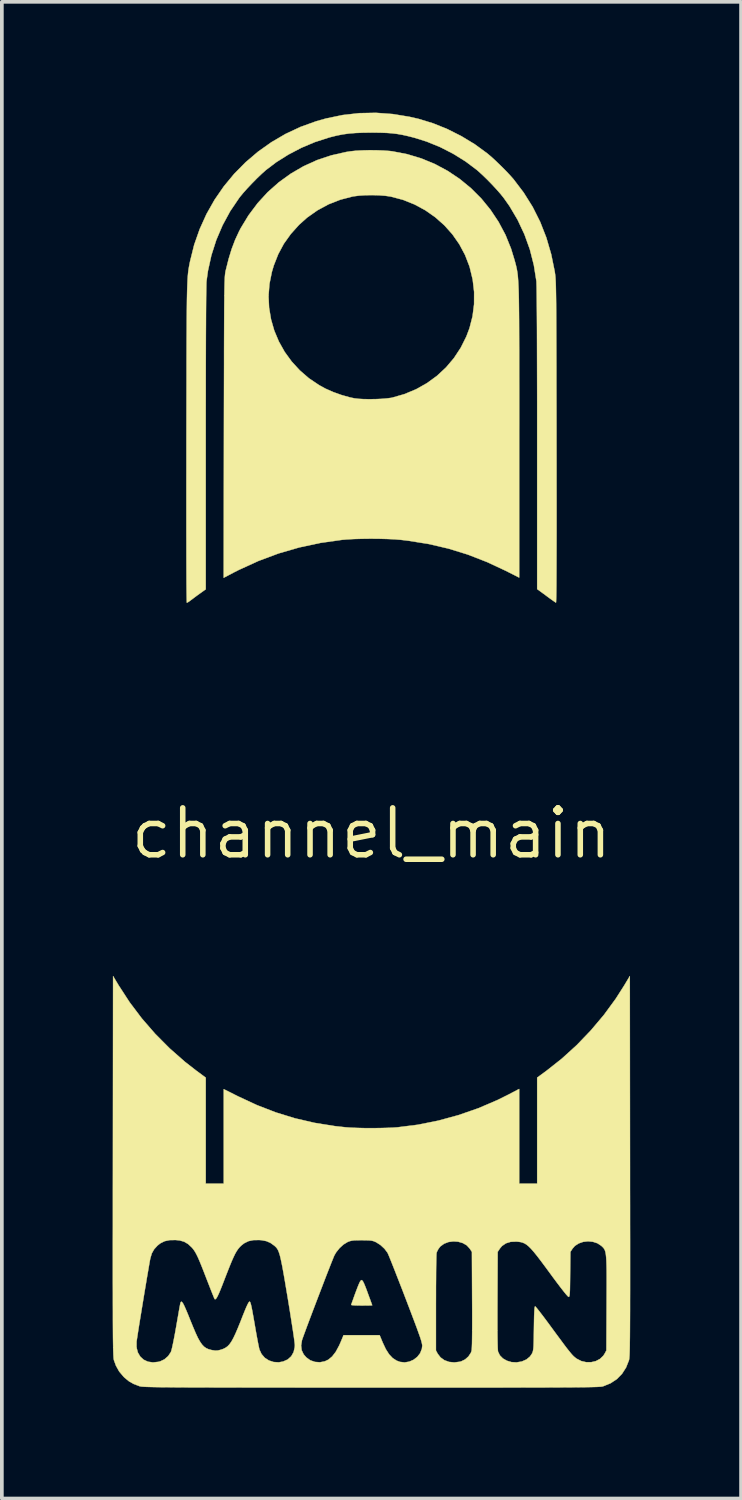
<source format=kicad_pcb>
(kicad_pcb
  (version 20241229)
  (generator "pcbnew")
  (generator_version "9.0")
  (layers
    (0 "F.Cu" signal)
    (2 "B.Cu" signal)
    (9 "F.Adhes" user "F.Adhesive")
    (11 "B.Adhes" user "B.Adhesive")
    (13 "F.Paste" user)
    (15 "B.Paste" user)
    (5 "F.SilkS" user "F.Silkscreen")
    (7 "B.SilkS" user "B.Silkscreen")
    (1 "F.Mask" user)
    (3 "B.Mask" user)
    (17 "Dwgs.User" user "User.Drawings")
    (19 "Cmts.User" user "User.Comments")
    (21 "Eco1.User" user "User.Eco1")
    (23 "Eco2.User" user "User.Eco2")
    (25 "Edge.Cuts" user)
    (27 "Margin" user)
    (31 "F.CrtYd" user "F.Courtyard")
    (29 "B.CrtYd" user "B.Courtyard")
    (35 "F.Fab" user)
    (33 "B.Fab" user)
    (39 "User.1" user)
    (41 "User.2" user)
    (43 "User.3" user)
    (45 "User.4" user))
  (footprint "channel_main"
    (layer "F.Cu")
    (at 7.008 19.515)
    (property "Reference" "channel_main" (at 0 0 0) (layer "F.SilkS") (effects (font (size 1.27 1.27) (thickness 0.15))))
    (attr through_hole)
    (fp_poly (pts (xy -4.44 6.645) (xy -4.391 6.676) (xy -4.319 6.72) (xy -4.234 6.772) (xy -4.186 6.801) (xy -4.002 6.911) (xy -4.001 8.207) (xy -4 9.504) (xy -4.508 9.504) (xy -4.508 6.6) (xy -4.44 6.645)) (stroke (width 0.01) (type solid)) (fill yes) (layer "F.Mask"))
    (fp_poly (pts (xy 4.508 9.504) (xy 4 9.504) (xy 4.001 8.207) (xy 4.002 6.911) (xy 4.186 6.801) (xy 4.273 6.748) (xy 4.354 6.699) (xy 4.417 6.659) (xy 4.44 6.645) (xy 4.508 6.6) (xy 4.508 9.504)) (stroke (width 0.01) (type solid)) (fill yes) (layer "F.Mask"))
    (fp_poly (pts (xy 2.354 11.037) (xy 2.489 11.073) (xy 2.597 11.139) (xy 2.62 11.161) (xy 2.646 11.188) (xy 2.669 11.213) (xy 2.688 11.239) (xy 2.704 11.27) (xy 2.717 11.309) (xy 2.727 11.359) (xy 2.735 11.424) (xy 2.741 11.506) (xy 2.746 11.61) (xy 2.749 11.738) (xy 2.75 11.894) (xy 2.751 12.081) (xy 2.752 12.302) (xy 2.752 12.561) (xy 2.752 12.673) (xy 2.751 12.975) (xy 2.75 13.242) (xy 2.748 13.472) (xy 2.745 13.665) (xy 2.742 13.82) (xy 2.738 13.935) (xy 2.733 14.009) (xy 2.729 14.039) (xy 2.681 14.141) (xy 2.603 14.229) (xy 2.506 14.292) (xy 2.494 14.297) (xy 2.408 14.322) (xy 2.303 14.337) (xy 2.197 14.343) (xy 2.107 14.337) (xy 2.085 14.333) (xy 1.958 14.281) (xy 1.851 14.202) (xy 1.772 14.102) (xy 1.753 14.065) (xy 1.747 14.031) (xy 1.742 13.959) (xy 1.737 13.855) (xy 1.732 13.721) (xy 1.728 13.564) (xy 1.725 13.387) (xy 1.722 13.195) (xy 1.719 12.994) (xy 1.718 12.787) (xy 1.716 12.578) (xy 1.716 12.374) (xy 1.716 12.178) (xy 1.717 11.994) (xy 1.719 11.828) (xy 1.721 11.684) (xy 1.725 11.567) (xy 1.729 11.481) (xy 1.734 11.434) (xy 1.771 11.293) (xy 1.834 11.184) (xy 1.925 11.105) (xy 2.046 11.055) (xy 2.193 11.032) (xy 2.354 11.037)) (stroke (width 0.01) (type solid)) (fill yes) (layer "F.Mask"))
    (fp_poly (pts (xy -0.149 10.997) (xy -0.065 11) (xy -0.003 11.006) (xy 0.047 11.018) (xy 0.096 11.037) (xy 0.13 11.052) (xy 0.272 11.141) (xy 0.393 11.26) (xy 0.475 11.385) (xy 0.495 11.429) (xy 0.527 11.507) (xy 0.571 11.616) (xy 0.624 11.751) (xy 0.684 11.906) (xy 0.751 12.079) (xy 0.822 12.263) (xy 0.895 12.454) (xy 0.969 12.648) (xy 1.041 12.84) (xy 1.111 13.025) (xy 1.176 13.198) (xy 1.235 13.356) (xy 1.285 13.493) (xy 1.326 13.605) (xy 1.355 13.687) (xy 1.37 13.735) (xy 1.37 13.737) (xy 1.389 13.881) (xy 1.369 14.014) (xy 1.313 14.131) (xy 1.224 14.227) (xy 1.106 14.298) (xy 0.999 14.331) (xy 0.856 14.345) (xy 0.726 14.322) (xy 0.607 14.262) (xy 0.499 14.164) (xy 0.399 14.027) (xy 0.307 13.849) (xy 0.283 13.795) (xy 0.205 13.61) (xy -0.268 13.61) (xy -0.423 13.61) (xy -0.54 13.611) (xy -0.625 13.614) (xy -0.684 13.617) (xy -0.721 13.623) (xy -0.742 13.631) (xy -0.753 13.642) (xy -0.755 13.647) (xy -0.793 13.741) (xy -0.843 13.847) (xy -0.898 13.955) (xy -0.954 14.052) (xy -1.003 14.128) (xy -1.027 14.159) (xy -1.144 14.26) (xy -1.274 14.322) (xy -1.414 14.345) (xy -1.559 14.326) (xy -1.605 14.312) (xy -1.736 14.246) (xy -1.833 14.156) (xy -1.895 14.044) (xy -1.921 13.913) (xy -1.91 13.765) (xy -1.892 13.693) (xy -1.877 13.647) (xy -1.848 13.566) (xy -1.807 13.454) (xy -1.756 13.318) (xy -1.698 13.161) (xy -1.633 12.989) (xy -1.564 12.806) (xy -1.548 12.764) (xy -0.527 12.764) (xy -0.274 12.764) (xy -0.16 12.762) (xy -0.084 12.758) (xy -0.04 12.751) (xy -0.023 12.74) (xy -0.023 12.737) (xy -0.031 12.702) (xy -0.052 12.639) (xy -0.081 12.556) (xy -0.117 12.462) (xy -0.154 12.365) (xy -0.191 12.273) (xy -0.224 12.196) (xy -0.249 12.14) (xy -0.264 12.115) (xy -0.265 12.114) (xy -0.281 12.13) (xy -0.307 12.177) (xy -0.337 12.248) (xy -0.358 12.303) (xy -0.395 12.407) (xy -0.434 12.514) (xy -0.468 12.605) (xy -0.478 12.631) (xy -0.527 12.764) (xy -1.548 12.764) (xy -1.492 12.616) (xy -1.419 12.426) (xy -1.347 12.238) (xy -1.278 12.058) (xy -1.214 11.892) (xy -1.156 11.743) (xy -1.106 11.616) (xy -1.066 11.516) (xy -1.039 11.448) (xy -1.028 11.424) (xy -0.94 11.275) (xy -0.829 11.159) (xy -0.69 11.07) (xy -0.682 11.066) (xy -0.622 11.037) (xy -0.573 11.018) (xy -0.524 11.006) (xy -0.464 10.999) (xy -0.384 10.997) (xy -0.272 10.996) (xy -0.265 10.996) (xy -0.149 10.997)) (stroke (width 0.01) (type solid)) (fill yes) (layer "F.Mask"))
    (fp_poly (pts (xy 6.022 11.043) (xy 6.153 11.088) (xy 6.257 11.165) (xy 6.329 11.261) (xy 6.382 11.356) (xy 6.388 12.613) (xy 6.389 12.92) (xy 6.389 13.186) (xy 6.388 13.413) (xy 6.387 13.6) (xy 6.384 13.75) (xy 6.38 13.863) (xy 6.376 13.942) (xy 6.37 13.985) (xy 6.325 14.108) (xy 6.248 14.208) (xy 6.144 14.283) (xy 6.021 14.33) (xy 5.883 14.346) (xy 5.736 14.329) (xy 5.705 14.32) (xy 5.653 14.302) (xy 5.602 14.278) (xy 5.55 14.243) (xy 5.494 14.196) (xy 5.431 14.133) (xy 5.358 14.05) (xy 5.273 13.946) (xy 5.172 13.817) (xy 5.053 13.659) (xy 4.913 13.47) (xy 4.896 13.449) (xy 4.791 13.307) (xy 4.693 13.176) (xy 4.606 13.061) (xy 4.532 12.964) (xy 4.475 12.891) (xy 4.436 12.844) (xy 4.42 12.827) (xy 4.42 12.827) (xy 4.415 12.847) (xy 4.411 12.905) (xy 4.408 12.993) (xy 4.405 13.109) (xy 4.403 13.245) (xy 4.403 13.396) (xy 4.403 13.421) (xy 4.402 13.596) (xy 4.402 13.735) (xy 4.4 13.842) (xy 4.397 13.922) (xy 4.392 13.982) (xy 4.386 14.025) (xy 4.377 14.058) (xy 4.366 14.085) (xy 4.361 14.095) (xy 4.285 14.2) (xy 4.18 14.278) (xy 4.054 14.328) (xy 3.911 14.347) (xy 3.759 14.332) (xy 3.741 14.328) (xy 3.608 14.281) (xy 3.508 14.208) (xy 3.435 14.106) (xy 3.419 14.071) (xy 3.413 14.05) (xy 3.407 14.021) (xy 3.402 13.98) (xy 3.398 13.924) (xy 3.394 13.85) (xy 3.392 13.755) (xy 3.39 13.635) (xy 3.388 13.488) (xy 3.388 13.309) (xy 3.387 13.097) (xy 3.387 12.847) (xy 3.387 12.689) (xy 3.387 12.413) (xy 3.387 12.176) (xy 3.387 11.974) (xy 3.389 11.805) (xy 3.391 11.665) (xy 3.395 11.55) (xy 3.4 11.459) (xy 3.407 11.387) (xy 3.417 11.33) (xy 3.428 11.287) (xy 3.443 11.253) (xy 3.46 11.225) (xy 3.481 11.2) (xy 3.505 11.174) (xy 3.518 11.161) (xy 3.618 11.088) (xy 3.744 11.044) (xy 3.892 11.031) (xy 3.935 11.033) (xy 4.06 11.051) (xy 4.165 11.091) (xy 4.263 11.158) (xy 4.314 11.205) (xy 4.348 11.242) (xy 4.403 11.309) (xy 4.476 11.401) (xy 4.563 11.514) (xy 4.662 11.642) (xy 4.767 11.782) (xy 4.863 11.912) (xy 4.968 12.053) (xy 5.066 12.183) (xy 5.153 12.298) (xy 5.226 12.394) (xy 5.284 12.468) (xy 5.322 12.514) (xy 5.338 12.531) (xy 5.343 12.51) (xy 5.347 12.453) (xy 5.35 12.365) (xy 5.353 12.251) (xy 5.355 12.117) (xy 5.355 11.975) (xy 5.356 11.805) (xy 5.359 11.653) (xy 5.363 11.524) (xy 5.368 11.424) (xy 5.374 11.358) (xy 5.378 11.339) (xy 5.43 11.228) (xy 5.514 11.138) (xy 5.627 11.073) (xy 5.761 11.035) (xy 5.862 11.028) (xy 6.022 11.043)) (stroke (width 0.01) (type solid)) (fill yes) (layer "F.Mask"))
    (fp_poly (pts (xy 0.217 -18.997) (xy 0.418 -18.988) (xy 0.596 -18.973) (xy 0.706 -18.958) (xy 1.134 -18.866) (xy 1.544 -18.737) (xy 1.936 -18.572) (xy 2.307 -18.374) (xy 2.655 -18.145) (xy 2.979 -17.886) (xy 3.276 -17.599) (xy 3.546 -17.287) (xy 3.787 -16.95) (xy 3.996 -16.592) (xy 4.172 -16.213) (xy 4.312 -15.817) (xy 4.417 -15.404) (xy 4.482 -14.976) (xy 4.487 -14.922) (xy 4.491 -14.869) (xy 4.493 -14.78) (xy 4.496 -14.654) (xy 4.498 -14.491) (xy 4.5 -14.291) (xy 4.502 -14.052) (xy 4.503 -13.775) (xy 4.504 -13.459) (xy 4.505 -13.104) (xy 4.505 -12.709) (xy 4.505 -12.273) (xy 4.505 -11.797) (xy 4.505 -11.279) (xy 4.504 -10.72) (xy 4.504 -10.644) (xy 4.498 -6.608) (xy 4.004 -6.911) (xy 3.995 -10.901) (xy 3.994 -11.388) (xy 3.993 -11.834) (xy 3.992 -12.242) (xy 3.991 -12.613) (xy 3.989 -12.95) (xy 3.988 -13.253) (xy 3.987 -13.525) (xy 3.986 -13.767) (xy 3.984 -13.982) (xy 3.983 -14.171) (xy 3.981 -14.337) (xy 3.979 -14.48) (xy 3.977 -14.603) (xy 3.975 -14.708) (xy 3.972 -14.796) (xy 3.97 -14.87) (xy 3.967 -14.931) (xy 3.964 -14.981) (xy 3.96 -15.022) (xy 3.956 -15.056) (xy 3.952 -15.085) (xy 3.951 -15.091) (xy 3.859 -15.51) (xy 3.733 -15.903) (xy 3.572 -16.272) (xy 3.377 -16.619) (xy 3.146 -16.946) (xy 2.877 -17.253) (xy 2.816 -17.316) (xy 2.508 -17.596) (xy 2.18 -17.838) (xy 1.833 -18.043) (xy 1.467 -18.21) (xy 1.081 -18.339) (xy 0.676 -18.431) (xy 0.564 -18.449) (xy 0.414 -18.466) (xy 0.235 -18.476) (xy 0.04 -18.48) (xy -0.157 -18.479) (xy -0.344 -18.471) (xy -0.508 -18.456) (xy -0.564 -18.449) (xy -0.974 -18.367) (xy -1.366 -18.246) (xy -1.739 -18.088) (xy -2.093 -17.894) (xy -2.425 -17.664) (xy -2.734 -17.399) (xy -3.018 -17.101) (xy -3.277 -16.77) (xy -3.339 -16.679) (xy -3.499 -16.412) (xy -3.644 -16.117) (xy -3.766 -15.808) (xy -3.852 -15.531) (xy -3.868 -15.472) (xy -3.882 -15.419) (xy -3.896 -15.37) (xy -3.908 -15.322) (xy -3.919 -15.275) (xy -3.929 -15.225) (xy -3.938 -15.171) (xy -3.946 -15.111) (xy -3.953 -15.043) (xy -3.959 -14.965) (xy -3.965 -14.876) (xy -3.969 -14.773) (xy -3.973 -14.654) (xy -3.977 -14.518) (xy -3.98 -14.362) (xy -3.983 -14.185) (xy -3.985 -13.984) (xy -3.986 -13.758) (xy -3.988 -13.505) (xy -3.989 -13.223) (xy -3.99 -12.91) (xy -3.991 -12.563) (xy -3.992 -12.182) (xy -3.993 -11.764) (xy -3.994 -11.307) (xy -3.995 -10.901) (xy -4.003 -6.911) (xy -4.187 -6.8) (xy -4.274 -6.747) (xy -4.354 -6.698) (xy -4.417 -6.658) (xy -4.44 -6.644) (xy -4.508 -6.6) (xy -4.508 -10.664) (xy -4.508 -11.229) (xy -4.508 -11.756) (xy -4.507 -12.243) (xy -4.507 -12.692) (xy -4.506 -13.101) (xy -4.504 -13.47) (xy -4.503 -13.799) (xy -4.501 -14.087) (xy -4.499 -14.335) (xy -4.497 -14.542) (xy -4.494 -14.708) (xy -4.491 -14.832) (xy -4.489 -14.914) (xy -4.486 -14.947) (xy -4.422 -15.377) (xy -4.318 -15.795) (xy -4.177 -16.198) (xy -3.998 -16.585) (xy -3.785 -16.952) (xy -3.537 -17.298) (xy -3.258 -17.619) (xy -2.947 -17.914) (xy -2.608 -18.179) (xy -2.499 -18.254) (xy -2.14 -18.47) (xy -1.77 -18.649) (xy -1.383 -18.793) (xy -0.974 -18.904) (xy -0.751 -18.949) (xy -0.598 -18.97) (xy -0.414 -18.986) (xy -0.21 -18.996) (xy 0.004 -18.999) (xy 0.217 -18.997)) (stroke (width 0.01) (type solid)) (fill yes) (layer "F.Mask"))
    (fp_poly (pts (xy -2.922 10.999) (xy -2.853 11.015) (xy -2.732 11.069) (xy -2.619 11.153) (xy -2.527 11.258) (xy -2.48 11.342) (xy -2.468 11.382) (xy -2.451 11.459) (xy -2.428 11.568) (xy -2.402 11.705) (xy -2.372 11.865) (xy -2.34 12.042) (xy -2.306 12.232) (xy -2.271 12.431) (xy -2.236 12.633) (xy -2.203 12.834) (xy -2.17 13.028) (xy -2.141 13.212) (xy -2.114 13.38) (xy -2.092 13.528) (xy -2.075 13.65) (xy -2.064 13.743) (xy -2.06 13.781) (xy -2.058 13.922) (xy -2.079 14.036) (xy -2.124 14.135) (xy -2.152 14.177) (xy -2.237 14.256) (xy -2.346 14.311) (xy -2.472 14.34) (xy -2.604 14.342) (xy -2.734 14.316) (xy -2.851 14.262) (xy -2.872 14.248) (xy -2.917 14.212) (xy -2.955 14.173) (xy -2.988 14.126) (xy -3.017 14.066) (xy -3.044 13.988) (xy -3.071 13.889) (xy -3.099 13.762) (xy -3.129 13.605) (xy -3.164 13.411) (xy -3.173 13.356) (xy -3.2 13.199) (xy -3.225 13.055) (xy -3.246 12.93) (xy -3.263 12.828) (xy -3.275 12.757) (xy -3.28 12.72) (xy -3.281 12.716) (xy -3.297 12.7) (xy -3.3 12.7) (xy -3.313 12.719) (xy -3.338 12.772) (xy -3.374 12.854) (xy -3.418 12.958) (xy -3.468 13.081) (xy -3.504 13.171) (xy -3.558 13.308) (xy -3.61 13.436) (xy -3.656 13.548) (xy -3.694 13.637) (xy -3.722 13.697) (xy -3.731 13.716) (xy -3.829 13.849) (xy -3.944 13.946) (xy -4.075 14.005) (xy -4.217 14.024) (xy -4.337 14.011) (xy -4.415 13.99) (xy -4.482 13.962) (xy -4.542 13.923) (xy -4.598 13.867) (xy -4.652 13.792) (xy -4.708 13.693) (xy -4.769 13.565) (xy -4.838 13.406) (xy -4.91 13.227) (xy -4.966 13.089) (xy -5.017 12.966) (xy -5.062 12.861) (xy -5.098 12.781) (xy -5.122 12.73) (xy -5.133 12.714) (xy -5.142 12.733) (xy -5.156 12.789) (xy -5.176 12.876) (xy -5.199 12.99) (xy -5.224 13.126) (xy -5.252 13.278) (xy -5.262 13.335) (xy -5.292 13.505) (xy -5.322 13.662) (xy -5.35 13.802) (xy -5.375 13.917) (xy -5.395 14.002) (xy -5.411 14.052) (xy -5.412 14.055) (xy -5.484 14.168) (xy -5.584 14.255) (xy -5.706 14.315) (xy -5.843 14.345) (xy -5.985 14.34) (xy -6.068 14.321) (xy -6.192 14.264) (xy -6.284 14.183) (xy -6.345 14.075) (xy -6.375 13.938) (xy -6.379 13.843) (xy -6.374 13.781) (xy -6.364 13.685) (xy -6.347 13.558) (xy -6.325 13.406) (xy -6.3 13.235) (xy -6.27 13.047) (xy -6.239 12.849) (xy -6.205 12.646) (xy -6.171 12.441) (xy -6.136 12.241) (xy -6.102 12.049) (xy -6.07 11.871) (xy -6.04 11.711) (xy -6.013 11.575) (xy -5.989 11.466) (xy -5.971 11.391) (xy -5.96 11.356) (xy -5.892 11.233) (xy -5.809 11.14) (xy -5.7 11.064) (xy -5.69 11.059) (xy -5.636 11.03) (xy -5.588 11.012) (xy -5.536 11.002) (xy -5.466 10.997) (xy -5.366 10.996) (xy -5.355 10.996) (xy -5.253 10.997) (xy -5.181 11.001) (xy -5.127 11.011) (xy -5.079 11.028) (xy -5.025 11.056) (xy -5.018 11.06) (xy -4.907 11.14) (xy -4.803 11.251) (xy -4.718 11.378) (xy -4.692 11.43) (xy -4.673 11.475) (xy -4.641 11.554) (xy -4.599 11.659) (xy -4.55 11.785) (xy -4.496 11.924) (xy -4.446 12.053) (xy -4.391 12.193) (xy -4.34 12.32) (xy -4.296 12.428) (xy -4.26 12.512) (xy -4.234 12.567) (xy -4.221 12.588) (xy -4.208 12.571) (xy -4.183 12.519) (xy -4.147 12.437) (xy -4.102 12.331) (xy -4.052 12.205) (xy -3.997 12.064) (xy -3.991 12.049) (xy -3.933 11.899) (xy -3.877 11.755) (xy -3.824 11.625) (xy -3.778 11.514) (xy -3.742 11.43) (xy -3.719 11.381) (xy -3.627 11.239) (xy -3.516 11.123) (xy -3.403 11.046) (xy -3.306 11.012) (xy -3.183 10.992) (xy -3.05 10.987) (xy -2.922 10.999)) (stroke (width 0.01) (type solid)) (fill yes) (layer "F.Mask"))
    (fp_poly (pts (xy -0.25 12.105) (xy -0.229 12.133) (xy -0.203 12.184) (xy -0.169 12.265) (xy -0.125 12.379) (xy -0.105 12.435) (xy -0.064 12.547) (xy -0.028 12.644) (xy -0.001 12.719) (xy 0.016 12.766) (xy 0.021 12.779) (xy 0.001 12.781) (xy -0.053 12.783) (xy -0.135 12.784) (xy -0.235 12.785) (xy -0.265 12.785) (xy -0.369 12.784) (xy -0.456 12.781) (xy -0.518 12.776) (xy -0.548 12.77) (xy -0.549 12.769) (xy -0.542 12.745) (xy -0.522 12.688) (xy -0.492 12.605) (xy -0.456 12.503) (xy -0.427 12.425) (xy -0.379 12.298) (xy -0.342 12.207) (xy -0.314 12.146) (xy -0.291 12.111) (xy -0.273 12.097) (xy -0.268 12.097) (xy -0.25 12.105)) (stroke (width 0.01) (type solid)) (fill yes) (layer "F.SilkS"))
    (fp_poly (pts (xy 0.142 -18.496) (xy 0.327 -18.489) (xy 0.491 -18.477) (xy 0.565 -18.468) (xy 0.965 -18.391) (xy 1.35 -18.275) (xy 1.718 -18.123) (xy 2.066 -17.936) (xy 2.393 -17.717) (xy 2.697 -17.467) (xy 2.974 -17.19) (xy 3.223 -16.885) (xy 3.442 -16.556) (xy 3.629 -16.205) (xy 3.78 -15.832) (xy 3.871 -15.534) (xy 3.887 -15.477) (xy 3.901 -15.424) (xy 3.914 -15.375) (xy 3.925 -15.326) (xy 3.936 -15.276) (xy 3.945 -15.224) (xy 3.954 -15.166) (xy 3.962 -15.102) (xy 3.968 -15.029) (xy 3.974 -14.945) (xy 3.979 -14.849) (xy 3.984 -14.738) (xy 3.988 -14.611) (xy 3.991 -14.465) (xy 3.993 -14.299) (xy 3.995 -14.111) (xy 3.997 -13.899) (xy 3.998 -13.661) (xy 3.999 -13.395) (xy 4 -13.098) (xy 4 -12.77) (xy 4 -12.408) (xy 4.001 -12.011) (xy 4.001 -11.576) (xy 4.001 -11.101) (xy 4 -10.884) (xy 4 -6.925) (xy 3.634 -7.111) (xy 3.12 -7.35) (xy 2.606 -7.55) (xy 2.084 -7.711) (xy 1.55 -7.835) (xy 0.996 -7.924) (xy 0.794 -7.948) (xy 0.625 -7.962) (xy 0.425 -7.971) (xy 0.205 -7.977) (xy -0.025 -7.979) (xy -0.253 -7.976) (xy -0.47 -7.97) (xy -0.664 -7.959) (xy -0.794 -7.948) (xy -1.381 -7.865) (xy -1.955 -7.742) (xy -2.514 -7.58) (xy -3.058 -7.377) (xy -3.588 -7.135) (xy -3.721 -7.068) (xy -4.001 -6.92) (xy -3.995 -10.99) (xy -3.994 -11.478) (xy -3.993 -11.925) (xy -3.992 -12.333) (xy -3.991 -12.705) (xy -3.991 -13.042) (xy -3.99 -13.345) (xy -3.989 -13.618) (xy -3.988 -13.861) (xy -3.987 -14.076) (xy -3.986 -14.266) (xy -3.984 -14.432) (xy -3.983 -14.554) (xy -2.787 -14.554) (xy -2.772 -14.233) (xy -2.719 -13.917) (xy -2.631 -13.611) (xy -2.507 -13.317) (xy -2.35 -13.037) (xy -2.161 -12.777) (xy -1.942 -12.538) (xy -1.694 -12.323) (xy -1.418 -12.137) (xy -1.249 -12.044) (xy -1.037 -11.95) (xy -0.808 -11.868) (xy -0.58 -11.804) (xy -0.458 -11.779) (xy -0.349 -11.766) (xy -0.21 -11.758) (xy -0.053 -11.756) (xy 0.111 -11.758) (xy 0.271 -11.765) (xy 0.414 -11.777) (xy 0.531 -11.792) (xy 0.561 -11.798) (xy 0.895 -11.894) (xy 1.211 -12.026) (xy 1.505 -12.192) (xy 1.775 -12.389) (xy 2.019 -12.616) (xy 2.234 -12.87) (xy 2.418 -13.15) (xy 2.569 -13.452) (xy 2.655 -13.68) (xy 2.737 -14) (xy 2.779 -14.328) (xy 2.78 -14.661) (xy 2.741 -14.995) (xy 2.661 -15.327) (xy 2.653 -15.354) (xy 2.534 -15.662) (xy 2.379 -15.952) (xy 2.191 -16.221) (xy 1.973 -16.465) (xy 1.726 -16.684) (xy 1.456 -16.873) (xy 1.163 -17.031) (xy 0.852 -17.155) (xy 0.524 -17.242) (xy 0.512 -17.244) (xy 0.373 -17.264) (xy 0.205 -17.277) (xy 0.021 -17.282) (xy -0.163 -17.279) (xy -0.336 -17.268) (xy -0.483 -17.249) (xy -0.512 -17.244) (xy -0.846 -17.157) (xy -1.164 -17.032) (xy -1.463 -16.87) (xy -1.74 -16.675) (xy -1.959 -16.479) (xy -2.184 -16.229) (xy -2.372 -15.966) (xy -2.524 -15.683) (xy -2.645 -15.376) (xy -2.697 -15.2) (xy -2.762 -14.877) (xy -2.787 -14.554) (xy -3.983 -14.554) (xy -3.983 -14.576) (xy -3.981 -14.699) (xy -3.979 -14.805) (xy -3.977 -14.893) (xy -3.974 -14.968) (xy -3.972 -15.029) (xy -3.969 -15.079) (xy -3.965 -15.121) (xy -3.961 -15.155) (xy -3.957 -15.184) (xy -3.953 -15.209) (xy -3.948 -15.233) (xy -3.943 -15.253) (xy -3.867 -15.555) (xy -3.785 -15.823) (xy -3.693 -16.066) (xy -3.588 -16.293) (xy -3.542 -16.383) (xy -3.327 -16.737) (xy -3.082 -17.064) (xy -2.809 -17.362) (xy -2.508 -17.629) (xy -2.184 -17.863) (xy -1.838 -18.064) (xy -1.472 -18.23) (xy -1.088 -18.358) (xy -0.689 -18.449) (xy -0.565 -18.468) (xy -0.419 -18.484) (xy -0.244 -18.493) (xy -0.053 -18.498) (xy 0.142 -18.496)) (stroke (width 0.01) (type solid)) (fill yes) (layer "F.SilkS"))
    (fp_poly (pts (xy 0.575 -19.477) (xy 1.032 -19.402) (xy 1.28 -19.345) (xy 1.668 -19.226) (xy 2.055 -19.07) (xy 2.434 -18.879) (xy 2.797 -18.659) (xy 3.135 -18.412) (xy 3.143 -18.405) (xy 3.244 -18.32) (xy 3.362 -18.212) (xy 3.489 -18.089) (xy 3.616 -17.963) (xy 3.732 -17.841) (xy 3.828 -17.734) (xy 3.848 -17.711) (xy 4.124 -17.347) (xy 4.365 -16.962) (xy 4.569 -16.556) (xy 4.736 -16.129) (xy 4.867 -15.68) (xy 4.959 -15.23) (xy 4.965 -15.198) (xy 4.969 -15.166) (xy 4.974 -15.133) (xy 4.978 -15.097) (xy 4.982 -15.057) (xy 4.985 -15.009) (xy 4.988 -14.954) (xy 4.991 -14.888) (xy 4.993 -14.81) (xy 4.995 -14.718) (xy 4.997 -14.611) (xy 4.999 -14.486) (xy 5.001 -14.342) (xy 5.002 -14.177) (xy 5.003 -13.988) (xy 5.004 -13.776) (xy 5.005 -13.536) (xy 5.006 -13.268) (xy 5.007 -12.971) (xy 5.008 -12.641) (xy 5.008 -12.277) (xy 5.009 -11.878) (xy 5.01 -11.441) (xy 5.011 -10.965) (xy 5.011 -10.597) (xy 5.012 -10.024) (xy 5.012 -9.493) (xy 5.013 -9.003) (xy 5.013 -8.554) (xy 5.013 -8.147) (xy 5.012 -7.78) (xy 5.011 -7.453) (xy 5.01 -7.167) (xy 5.009 -6.919) (xy 5.008 -6.711) (xy 5.006 -6.542) (xy 5.004 -6.412) (xy 5.001 -6.319) (xy 4.999 -6.265) (xy 4.996 -6.247) (xy 4.972 -6.262) (xy 4.921 -6.297) (xy 4.849 -6.348) (xy 4.764 -6.41) (xy 4.731 -6.435) (xy 4.487 -6.614) (xy 4.487 -10.689) (xy 4.487 -11.211) (xy 4.487 -11.704) (xy 4.486 -12.165) (xy 4.485 -12.595) (xy 4.484 -12.992) (xy 4.483 -13.356) (xy 4.482 -13.685) (xy 4.48 -13.978) (xy 4.478 -14.235) (xy 4.476 -14.455) (xy 4.474 -14.637) (xy 4.472 -14.779) (xy 4.469 -14.881) (xy 4.467 -14.942) (xy 4.466 -14.954) (xy 4.397 -15.388) (xy 4.289 -15.812) (xy 4.142 -16.22) (xy 3.958 -16.612) (xy 3.738 -16.984) (xy 3.583 -17.204) (xy 3.495 -17.314) (xy 3.383 -17.441) (xy 3.257 -17.577) (xy 3.125 -17.712) (xy 2.996 -17.836) (xy 2.879 -17.942) (xy 2.856 -17.962) (xy 2.549 -18.193) (xy 2.214 -18.401) (xy 1.859 -18.583) (xy 1.494 -18.732) (xy 1.155 -18.838) (xy 0.985 -18.881) (xy 0.837 -18.914) (xy 0.7 -18.938) (xy 0.563 -18.955) (xy 0.418 -18.966) (xy 0.254 -18.972) (xy 0.06 -18.975) (xy 0 -18.975) (xy -0.231 -18.972) (xy -0.43 -18.964) (xy -0.607 -18.95) (xy -0.773 -18.927) (xy -0.937 -18.895) (xy -1.109 -18.852) (xy -1.164 -18.837) (xy -1.534 -18.717) (xy -1.899 -18.563) (xy -2.25 -18.379) (xy -2.579 -18.172) (xy -2.856 -17.962) (xy -2.968 -17.862) (xy -3.095 -17.741) (xy -3.227 -17.607) (xy -3.356 -17.471) (xy -3.472 -17.341) (xy -3.566 -17.227) (xy -3.583 -17.204) (xy -3.825 -16.847) (xy -4.031 -16.467) (xy -4.201 -16.069) (xy -4.334 -15.654) (xy -4.428 -15.227) (xy -4.466 -14.954) (xy -4.469 -14.908) (xy -4.471 -14.821) (xy -4.473 -14.693) (xy -4.476 -14.525) (xy -4.478 -14.319) (xy -4.48 -14.075) (xy -4.481 -13.795) (xy -4.483 -13.478) (xy -4.484 -13.127) (xy -4.485 -12.742) (xy -4.486 -12.324) (xy -4.486 -11.873) (xy -4.487 -11.392) (xy -4.487 -10.88) (xy -4.487 -10.686) (xy -4.487 -6.608) (xy -4.63 -6.506) (xy -4.715 -6.445) (xy -4.801 -6.381) (xy -4.872 -6.327) (xy -4.876 -6.325) (xy -4.933 -6.282) (xy -4.978 -6.253) (xy -4.998 -6.244) (xy -5 -6.265) (xy -5.002 -6.328) (xy -5.004 -6.43) (xy -5.006 -6.572) (xy -5.008 -6.753) (xy -5.009 -6.971) (xy -5.01 -7.225) (xy -5.011 -7.515) (xy -5.011 -7.839) (xy -5.012 -8.197) (xy -5.012 -8.587) (xy -5.012 -9.009) (xy -5.012 -9.461) (xy -5.011 -9.943) (xy -5.011 -10.453) (xy -5.011 -10.599) (xy -5.01 -11.109) (xy -5.009 -11.577) (xy -5.008 -12.008) (xy -5.007 -12.401) (xy -5.007 -12.76) (xy -5.006 -13.085) (xy -5.005 -13.38) (xy -5.003 -13.644) (xy -5.002 -13.882) (xy -5 -14.094) (xy -4.998 -14.282) (xy -4.996 -14.448) (xy -4.993 -14.594) (xy -4.99 -14.721) (xy -4.986 -14.833) (xy -4.982 -14.93) (xy -4.978 -15.014) (xy -4.973 -15.087) (xy -4.967 -15.151) (xy -4.961 -15.209) (xy -4.954 -15.261) (xy -4.946 -15.309) (xy -4.938 -15.356) (xy -4.929 -15.404) (xy -4.919 -15.453) (xy -4.91 -15.496) (xy -4.8 -15.937) (xy -4.651 -16.361) (xy -4.467 -16.768) (xy -4.249 -17.154) (xy -3.998 -17.518) (xy -3.717 -17.858) (xy -3.407 -18.172) (xy -3.071 -18.458) (xy -2.71 -18.714) (xy -2.327 -18.938) (xy -1.922 -19.128) (xy -1.498 -19.281) (xy -1.229 -19.357) (xy -0.779 -19.45) (xy -0.329 -19.501) (xy 0.122 -19.51) (xy 0.575 -19.477)) (stroke (width 0.01) (type solid)) (fill yes) (layer "F.SilkS"))
    (fp_poly (pts (xy 7.001 9.007) (xy 7.001 9.562) (xy 7.002 10.075) (xy 7.002 10.55) (xy 7.003 10.987) (xy 7.003 11.388) (xy 7.003 11.755) (xy 7.003 12.088) (xy 7.003 12.391) (xy 7.002 12.664) (xy 7.002 12.908) (xy 7.001 13.126) (xy 7 13.319) (xy 6.999 13.489) (xy 6.998 13.637) (xy 6.996 13.764) (xy 6.995 13.873) (xy 6.993 13.965) (xy 6.991 14.041) (xy 6.989 14.104) (xy 6.986 14.154) (xy 6.983 14.193) (xy 6.98 14.223) (xy 6.977 14.246) (xy 6.973 14.262) (xy 6.973 14.265) (xy 6.894 14.464) (xy 6.784 14.635) (xy 6.644 14.778) (xy 6.474 14.89) (xy 6.277 14.97) (xy 6.267 14.973) (xy 6.253 14.977) (xy 6.233 14.98) (xy 6.206 14.983) (xy 6.171 14.985) (xy 6.126 14.988) (xy 6.07 14.99) (xy 6.001 14.992) (xy 5.918 14.994) (xy 5.819 14.996) (xy 5.703 14.997) (xy 5.569 14.999) (xy 5.414 15) (xy 5.238 15.001) (xy 5.04 15.002) (xy 4.817 15.003) (xy 4.569 15.004) (xy 4.293 15.004) (xy 3.989 15.005) (xy 3.655 15.005) (xy 3.289 15.006) (xy 2.89 15.006) (xy 2.458 15.006) (xy 1.989 15.006) (xy 1.484 15.006) (xy 0.939 15.006) (xy 0.355 15.006) (xy -0.009 15.006) (xy -0.615 15.006) (xy -1.18 15.006) (xy -1.705 15.006) (xy -2.193 15.005) (xy -2.644 15.005) (xy -3.06 15.005) (xy -3.442 15.005) (xy -3.792 15.004) (xy -4.112 15.004) (xy -4.402 15.003) (xy -4.665 15.002) (xy -4.901 15.002) (xy -5.112 15.001) (xy -5.3 15) (xy -5.466 14.998) (xy -5.612 14.997) (xy -5.738 14.996) (xy -5.847 14.994) (xy -5.939 14.992) (xy -6.017 14.99) (xy -6.082 14.988) (xy -6.135 14.986) (xy -6.178 14.983) (xy -6.211 14.981) (xy -6.238 14.978) (xy -6.258 14.974) (xy -6.274 14.971) (xy -6.287 14.967) (xy -6.438 14.909) (xy -6.564 14.838) (xy -6.678 14.745) (xy -6.712 14.712) (xy -6.831 14.571) (xy -6.919 14.413) (xy -6.973 14.265) (xy -6.976 14.25) (xy -6.98 14.229) (xy -6.983 14.201) (xy -6.985 14.164) (xy -6.988 14.116) (xy -6.99 14.057) (xy -6.993 13.984) (xy -6.994 13.921) (xy -6.361 13.921) (xy -6.326 14.056) (xy -6.261 14.167) (xy -6.169 14.252) (xy -6.053 14.306) (xy -5.918 14.326) (xy -5.769 14.31) (xy -5.722 14.298) (xy -5.606 14.243) (xy -5.505 14.155) (xy -5.431 14.045) (xy -5.43 14.042) (xy -5.416 14) (xy -5.397 13.923) (xy -5.374 13.817) (xy -5.348 13.687) (xy -5.32 13.541) (xy -5.292 13.384) (xy -5.289 13.368) (xy -5.262 13.212) (xy -5.237 13.069) (xy -5.215 12.943) (xy -5.197 12.84) (xy -5.183 12.767) (xy -5.176 12.729) (xy -5.175 12.726) (xy -5.163 12.692) (xy -5.148 12.68) (xy -5.128 12.692) (xy -5.1 12.731) (xy -5.065 12.8) (xy -5.02 12.902) (xy -4.963 13.038) (xy -4.91 13.171) (xy -4.829 13.369) (xy -4.76 13.531) (xy -4.699 13.662) (xy -4.642 13.763) (xy -4.588 13.841) (xy -4.533 13.899) (xy -4.474 13.94) (xy -4.409 13.969) (xy -4.335 13.989) (xy -4.314 13.993) (xy -4.229 14.006) (xy -4.157 14.002) (xy -4.083 13.984) (xy -4.013 13.96) (xy -3.951 13.929) (xy -3.895 13.889) (xy -3.843 13.834) (xy -3.791 13.76) (xy -3.738 13.664) (xy -3.68 13.542) (xy -3.615 13.39) (xy -3.539 13.203) (xy -3.502 13.107) (xy -3.44 12.952) (xy -3.391 12.834) (xy -3.353 12.752) (xy -3.325 12.701) (xy -3.305 12.68) (xy -3.301 12.679) (xy -3.29 12.685) (xy -3.278 12.708) (xy -3.265 12.751) (xy -3.249 12.818) (xy -3.23 12.913) (xy -3.207 13.04) (xy -3.178 13.204) (xy -3.165 13.277) (xy -3.138 13.436) (xy -3.111 13.587) (xy -3.086 13.722) (xy -3.064 13.836) (xy -3.046 13.922) (xy -3.035 13.973) (xy -3.034 13.976) (xy -2.976 14.1) (xy -2.888 14.201) (xy -2.777 14.273) (xy -2.648 14.315) (xy -2.508 14.323) (xy -2.39 14.301) (xy -2.267 14.246) (xy -2.172 14.16) (xy -2.108 14.047) (xy -2.077 13.912) (xy -2.075 13.869) (xy -1.905 13.869) (xy -1.89 13.994) (xy -1.837 14.106) (xy -1.766 14.189) (xy -1.657 14.268) (xy -1.53 14.312) (xy -1.395 14.322) (xy -1.262 14.296) (xy -1.167 14.251) (xy -1.064 14.165) (xy -0.966 14.038) (xy -0.875 13.869) (xy -0.834 13.777) (xy -0.756 13.589) (xy -0.267 13.589) (xy 0.222 13.589) (xy 0.305 13.789) (xy 0.389 13.967) (xy 0.477 14.105) (xy 0.573 14.207) (xy 0.68 14.277) (xy 0.77 14.311) (xy 0.898 14.326) (xy 1.024 14.305) (xy 1.14 14.254) (xy 1.24 14.177) (xy 1.317 14.079) (xy 1.364 13.966) (xy 1.376 13.872) (xy 1.37 13.828) (xy 1.354 13.76) (xy 1.334 13.692) (xy 1.314 13.632) (xy 1.281 13.54) (xy 1.238 13.42) (xy 1.185 13.277) (xy 1.124 13.116) (xy 1.058 12.941) (xy 0.987 12.756) (xy 0.974 12.721) (xy 1.746 12.721) (xy 1.746 14.002) (xy 1.793 14.09) (xy 1.871 14.191) (xy 1.975 14.266) (xy 2.102 14.312) (xy 2.242 14.326) (xy 2.391 14.308) (xy 2.428 14.298) (xy 2.535 14.246) (xy 2.626 14.165) (xy 2.692 14.065) (xy 2.709 14.019) (xy 2.715 13.983) (xy 2.719 13.915) (xy 2.723 13.813) (xy 2.725 13.676) (xy 2.727 13.503) (xy 2.728 13.292) (xy 2.728 13.235) (xy 3.411 13.235) (xy 3.411 13.47) (xy 3.413 13.666) (xy 3.416 13.821) (xy 3.419 13.935) (xy 3.424 14.008) (xy 3.428 14.035) (xy 3.478 14.136) (xy 3.56 14.219) (xy 3.667 14.28) (xy 3.791 14.317) (xy 3.926 14.325) (xy 4.062 14.303) (xy 4.07 14.301) (xy 4.197 14.246) (xy 4.292 14.167) (xy 4.345 14.09) (xy 4.358 14.062) (xy 4.369 14.033) (xy 4.377 13.997) (xy 4.384 13.949) (xy 4.389 13.884) (xy 4.392 13.796) (xy 4.395 13.68) (xy 4.397 13.531) (xy 4.399 13.404) (xy 4.402 13.214) (xy 4.405 13.065) (xy 4.41 12.952) (xy 4.415 12.873) (xy 4.422 12.826) (xy 4.429 12.807) (xy 4.431 12.806) (xy 4.449 12.823) (xy 4.489 12.87) (xy 4.547 12.943) (xy 4.621 13.039) (xy 4.707 13.153) (xy 4.802 13.281) (xy 4.868 13.371) (xy 5.003 13.555) (xy 5.116 13.707) (xy 5.209 13.833) (xy 5.285 13.934) (xy 5.348 14.013) (xy 5.398 14.075) (xy 5.44 14.123) (xy 5.476 14.16) (xy 5.509 14.188) (xy 5.54 14.213) (xy 5.557 14.225) (xy 5.682 14.289) (xy 5.815 14.32) (xy 5.949 14.32) (xy 6.076 14.29) (xy 6.188 14.231) (xy 6.278 14.145) (xy 6.313 14.091) (xy 6.361 14.002) (xy 6.367 12.735) (xy 6.368 12.454) (xy 6.369 12.212) (xy 6.369 12.006) (xy 6.368 11.833) (xy 6.365 11.689) (xy 6.361 11.572) (xy 6.355 11.477) (xy 6.347 11.401) (xy 6.336 11.342) (xy 6.323 11.296) (xy 6.306 11.26) (xy 6.286 11.23) (xy 6.262 11.204) (xy 6.234 11.178) (xy 6.225 11.169) (xy 6.119 11.099) (xy 5.996 11.059) (xy 5.864 11.046) (xy 5.733 11.061) (xy 5.612 11.103) (xy 5.509 11.17) (xy 5.446 11.242) (xy 5.387 11.332) (xy 5.38 11.942) (xy 5.378 12.119) (xy 5.376 12.258) (xy 5.374 12.364) (xy 5.37 12.442) (xy 5.366 12.494) (xy 5.36 12.527) (xy 5.353 12.544) (xy 5.343 12.551) (xy 5.338 12.551) (xy 5.316 12.534) (xy 5.271 12.484) (xy 5.206 12.404) (xy 5.121 12.295) (xy 5.019 12.161) (xy 4.901 12.002) (xy 4.858 11.943) (xy 4.714 11.747) (xy 4.592 11.583) (xy 4.488 11.447) (xy 4.4 11.338) (xy 4.324 11.251) (xy 4.258 11.185) (xy 4.199 11.136) (xy 4.143 11.102) (xy 4.087 11.079) (xy 4.029 11.065) (xy 3.966 11.057) (xy 3.923 11.054) (xy 3.771 11.06) (xy 3.641 11.1) (xy 3.535 11.173) (xy 3.478 11.241) (xy 3.418 11.332) (xy 3.412 12.646) (xy 3.411 12.96) (xy 3.411 13.235) (xy 2.728 13.235) (xy 2.728 13.041) (xy 2.727 12.751) (xy 2.726 12.635) (xy 2.72 11.332) (xy 2.66 11.242) (xy 2.579 11.154) (xy 2.472 11.093) (xy 2.348 11.057) (xy 2.218 11.048) (xy 2.088 11.065) (xy 1.969 11.11) (xy 1.869 11.182) (xy 1.854 11.198) (xy 1.807 11.263) (xy 1.772 11.333) (xy 1.763 11.36) (xy 1.76 11.395) (xy 1.757 11.469) (xy 1.755 11.577) (xy 1.752 11.716) (xy 1.75 11.881) (xy 1.749 12.069) (xy 1.747 12.275) (xy 1.747 12.496) (xy 1.746 12.721) (xy 0.974 12.721) (xy 0.914 12.565) (xy 0.841 12.374) (xy 0.768 12.187) (xy 0.698 12.008) (xy 0.633 11.841) (xy 0.574 11.692) (xy 0.523 11.564) (xy 0.482 11.463) (xy 0.452 11.392) (xy 0.435 11.356) (xy 0.435 11.356) (xy 0.353 11.247) (xy 0.245 11.147) (xy 0.126 11.071) (xy 0.108 11.063) (xy 0.061 11.043) (xy 0.011 11.03) (xy -0.051 11.022) (xy -0.136 11.019) (xy -0.252 11.017) (xy -0.265 11.017) (xy -0.382 11.018) (xy -0.468 11.021) (xy -0.532 11.029) (xy -0.583 11.041) (xy -0.633 11.059) (xy -0.65 11.067) (xy -0.759 11.134) (xy -0.864 11.23) (xy -0.956 11.345) (xy -1.001 11.422) (xy -1.019 11.461) (xy -1.049 11.536) (xy -1.091 11.64) (xy -1.142 11.771) (xy -1.202 11.923) (xy -1.267 12.091) (xy -1.336 12.272) (xy -1.408 12.459) (xy -1.481 12.65) (xy -1.553 12.839) (xy -1.622 13.021) (xy -1.687 13.193) (xy -1.745 13.348) (xy -1.795 13.484) (xy -1.836 13.595) (xy -1.865 13.676) (xy -1.881 13.723) (xy -1.882 13.727) (xy -1.905 13.869) (xy -2.075 13.869) (xy -2.074 13.856) (xy -2.078 13.813) (xy -2.088 13.733) (xy -2.103 13.62) (xy -2.124 13.478) (xy -2.15 13.312) (xy -2.179 13.125) (xy -2.211 12.922) (xy -2.246 12.707) (xy -2.265 12.59) (xy -2.31 12.324) (xy -2.348 12.096) (xy -2.382 11.903) (xy -2.411 11.742) (xy -2.438 11.609) (xy -2.461 11.501) (xy -2.483 11.415) (xy -2.505 11.347) (xy -2.526 11.294) (xy -2.549 11.252) (xy -2.573 11.219) (xy -2.601 11.19) (xy -2.629 11.165) (xy -2.735 11.089) (xy -2.846 11.041) (xy -2.976 11.016) (xy -3.04 11.011) (xy -3.199 11.014) (xy -3.331 11.042) (xy -3.446 11.099) (xy -3.517 11.154) (xy -3.563 11.198) (xy -3.605 11.247) (xy -3.646 11.306) (xy -3.689 11.38) (xy -3.734 11.473) (xy -3.786 11.59) (xy -3.845 11.735) (xy -3.915 11.912) (xy -3.961 12.03) (xy -4.029 12.207) (xy -4.085 12.348) (xy -4.13 12.455) (xy -4.166 12.532) (xy -4.194 12.582) (xy -4.217 12.609) (xy -4.234 12.616) (xy -4.247 12.609) (xy -4.257 12.587) (xy -4.28 12.531) (xy -4.315 12.445) (xy -4.358 12.336) (xy -4.408 12.208) (xy -4.463 12.067) (xy -4.466 12.06) (xy -4.54 11.868) (xy -4.602 11.711) (xy -4.654 11.584) (xy -4.698 11.483) (xy -4.737 11.403) (xy -4.771 11.34) (xy -4.804 11.289) (xy -4.837 11.245) (xy -4.862 11.216) (xy -4.964 11.12) (xy -5.071 11.057) (xy -5.194 11.022) (xy -5.303 11.011) (xy -5.465 11.014) (xy -5.601 11.043) (xy -5.717 11.101) (xy -5.794 11.162) (xy -5.885 11.262) (xy -5.947 11.372) (xy -5.987 11.504) (xy -5.996 11.549) (xy -6.011 11.631) (xy -6.03 11.744) (xy -6.054 11.883) (xy -6.082 12.044) (xy -6.111 12.221) (xy -6.143 12.409) (xy -6.175 12.604) (xy -6.207 12.799) (xy -6.238 12.989) (xy -6.268 13.171) (xy -6.295 13.338) (xy -6.318 13.485) (xy -6.337 13.608) (xy -6.351 13.701) (xy -6.36 13.758) (xy -6.36 13.765) (xy -6.361 13.921) (xy -6.994 13.921) (xy -6.994 13.896) (xy -6.996 13.791) (xy -6.998 13.668) (xy -6.999 13.525) (xy -7 13.36) (xy -7.001 13.173) (xy -7.001 12.961) (xy -7.002 12.722) (xy -7.002 12.456) (xy -7.003 12.161) (xy -7.003 11.835) (xy -7.003 11.476) (xy -7.003 11.083) (xy -7.002 10.654) (xy -7.002 10.189) (xy -7.002 9.684) (xy -7.001 9.139) (xy -7.001 9.007) (xy -6.996 3.865) (xy -6.843 4.12) (xy -6.549 4.572) (xy -6.219 5.01) (xy -5.856 5.428) (xy -5.464 5.822) (xy -5.049 6.187) (xy -4.745 6.424) (xy -4.487 6.615) (xy -4.487 8.049) (xy -4.487 9.483) (xy -4 9.483) (xy -4 6.926) (xy -3.614 7.12) (xy -3.102 7.358) (xy -2.59 7.556) (xy -2.071 7.716) (xy -1.54 7.839) (xy -0.991 7.927) (xy -0.699 7.959) (xy -0.557 7.969) (xy -0.384 7.976) (xy -0.19 7.981) (xy 0.014 7.982) (xy 0.219 7.98) (xy 0.412 7.975) (xy 0.584 7.968) (xy 0.699 7.96) (xy 1.255 7.89) (xy 1.81 7.779) (xy 2.359 7.629) (xy 2.897 7.442) (xy 3.419 7.218) (xy 3.72 7.068) (xy 4 6.921) (xy 4 9.483) (xy 4.487 9.483) (xy 4.487 6.613) (xy 4.736 6.431) (xy 5.156 6.099) (xy 5.559 5.733) (xy 5.939 5.337) (xy 6.292 4.919) (xy 6.612 4.482) (xy 6.843 4.12) (xy 6.996 3.865) (xy 7.001 9.007)) (stroke (width 0.01) (type solid)) (fill yes) (layer "F.SilkS")))
  (gr_rect
    (start -3 -3)
    (end 17.016 37.526)
    (stroke (width 0.1) (type default))
    (fill no)
    (layer "Edge.Cuts")))
</source>
